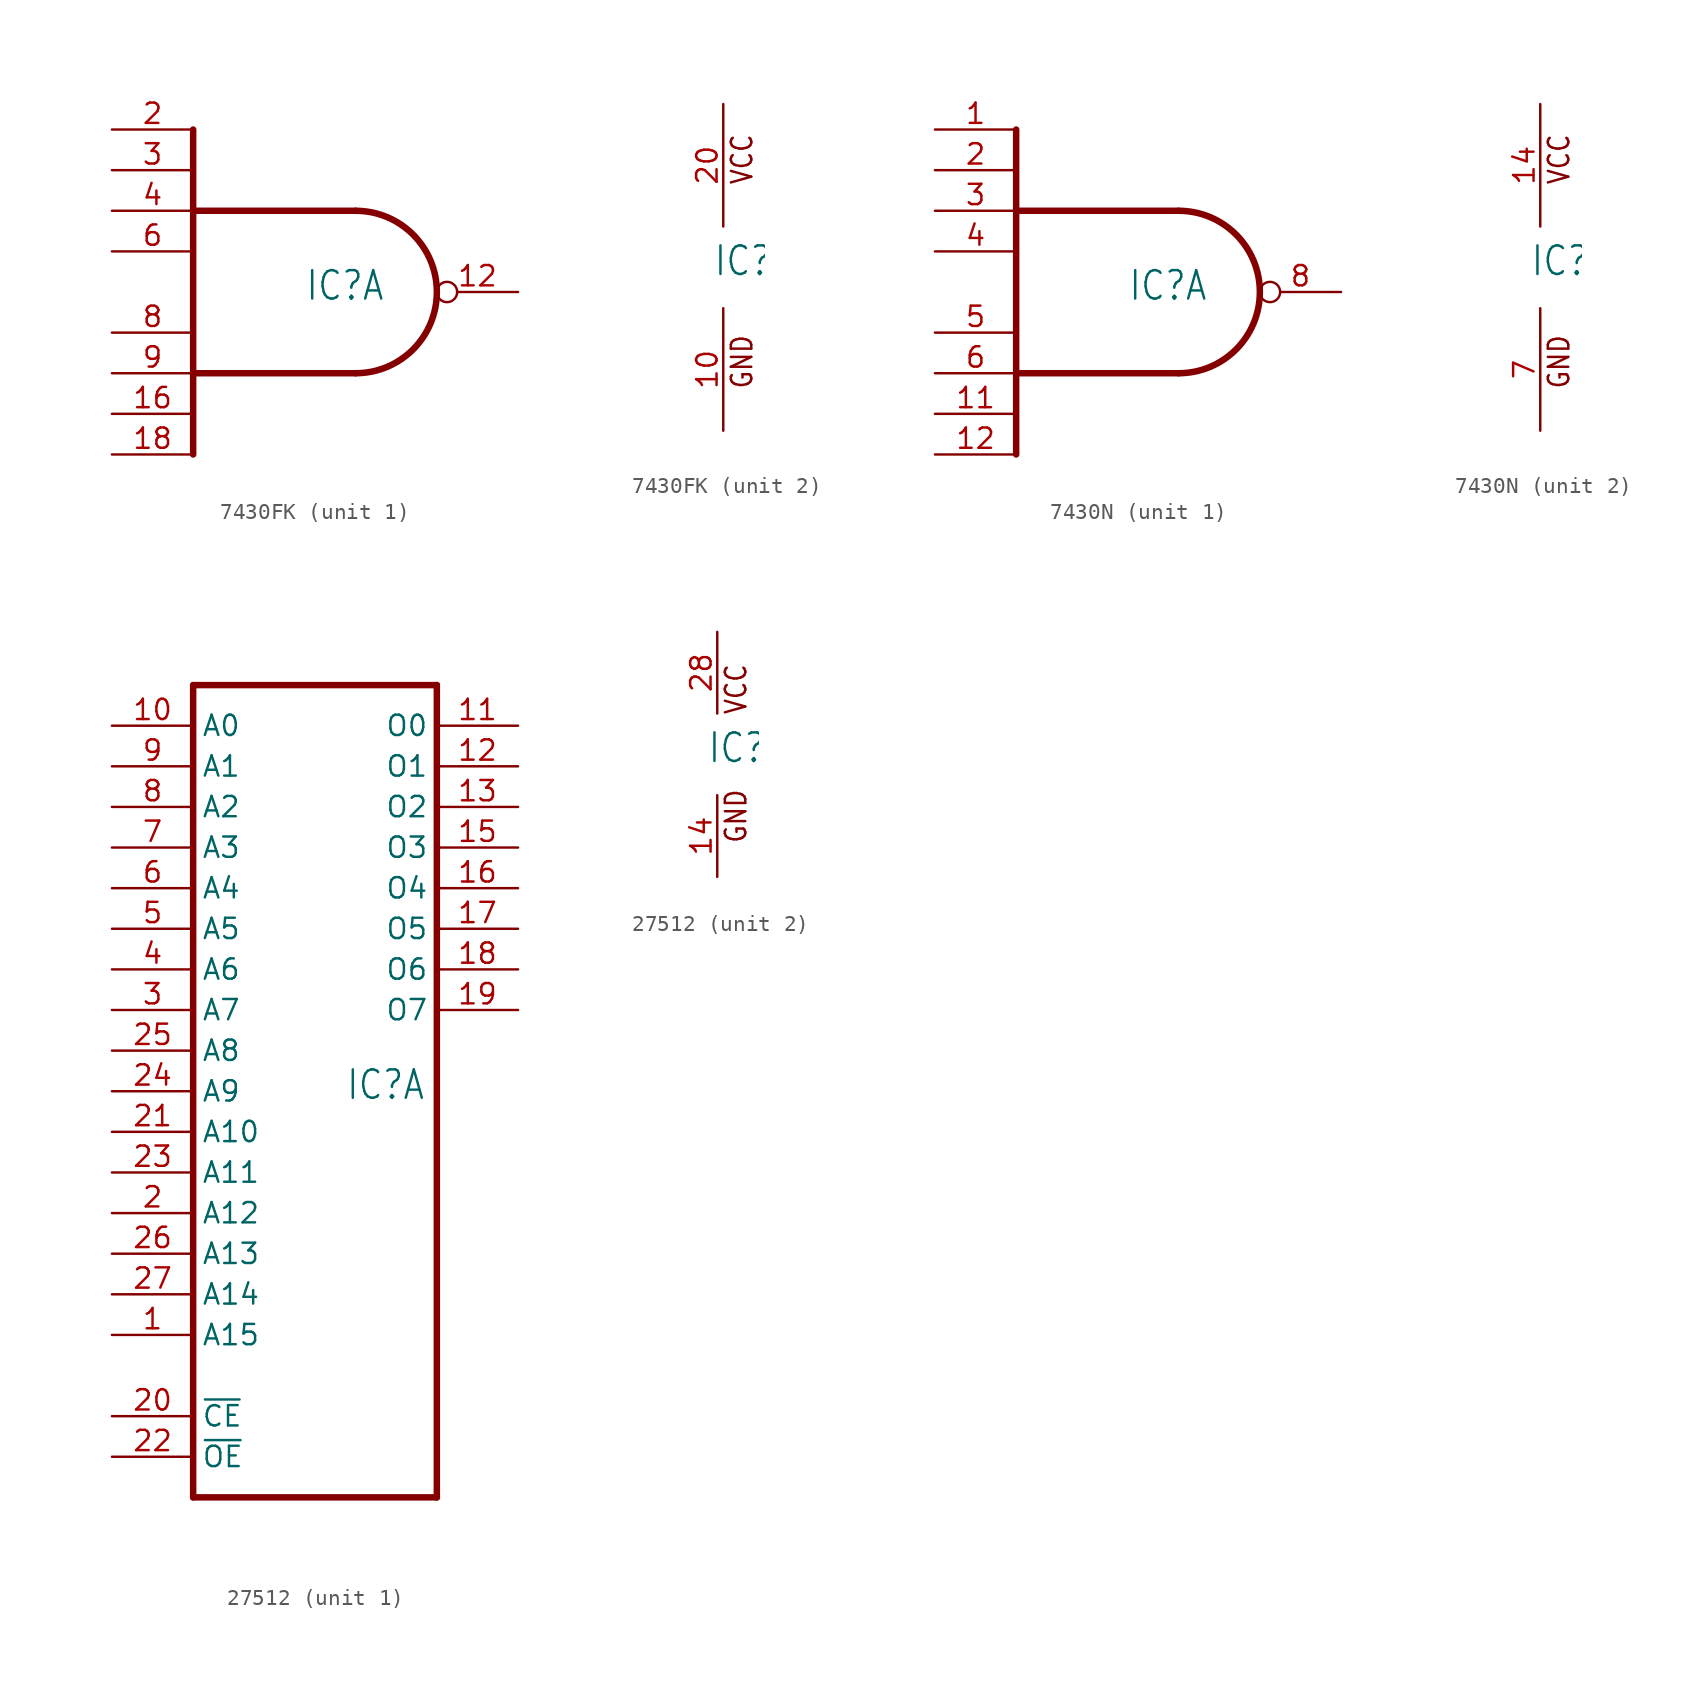
<source format=kicad_sym>
(kicad_symbol_lib
  (version 20211014)
  (generator kicad_symbol_editor)
  (symbol "7430FK"
    (property "Reference" "IC"
      (at -0.635 -0.635 0)
      (effects (font (size 1.778 1.511)) (justify left bottom)))
    (property "ki_locked" ""
      (at 0 0 0)
      (effects (font (size 1.27 1.27))))
    (symbol "7430FK_1_0"
      (polyline (pts (xy -7.62 -5.08) (xy 2.54 -5.08)) (stroke (width 0.406) (type default) (color 0 0 0 0)) (fill (type none)))
      (polyline (pts (xy -7.62 5.08) (xy 2.54 5.08)) (stroke (width 0.406) (type default) (color 0 0 0 0)) (fill (type none)))
      (polyline (pts (xy -7.62 10.16) (xy -7.62 -10.16)) (stroke (width 0.406) (type default) (color 0 0 0 0)) (fill (type none)))
      (arc (start 2.54 -5.08) (mid 7.6199 0) (end 2.54 5.08) (stroke (width 0.4064) (type default) (color 0 0 0 0)) (fill (type none)))
      (pin output inverted (at 12.7 0 180) (length 5.08) (name "O" (effects (font (size 0 0)))) (number "12" (effects (font (size 1.27 1.27)))))
      (pin input line (at -12.7 -7.62 0) (length 5.08) (name "I6" (effects (font (size 0 0)))) (number "16" (effects (font (size 1.27 1.27)))))
      (pin input line (at -12.7 -10.16 0) (length 5.08) (name "I7" (effects (font (size 0 0)))) (number "18" (effects (font (size 1.27 1.27)))))
      (pin input line (at -12.7 10.16 0) (length 5.08) (name "I0" (effects (font (size 0 0)))) (number "2" (effects (font (size 1.27 1.27)))))
      (pin input line (at -12.7 7.62 0) (length 5.08) (name "I1" (effects (font (size 0 0)))) (number "3" (effects (font (size 1.27 1.27)))))
      (pin input line (at -12.7 5.08 0) (length 5.08) (name "I2" (effects (font (size 0 0)))) (number "4" (effects (font (size 1.27 1.27)))))
      (pin input line (at -12.7 2.54 0) (length 5.08) (name "I3" (effects (font (size 0 0)))) (number "6" (effects (font (size 1.27 1.27)))))
      (pin input line (at -12.7 -2.54 0) (length 5.08) (name "I4" (effects (font (size 0 0)))) (number "8" (effects (font (size 1.27 1.27)))))
      (pin input line (at -12.7 -5.08 0) (length 5.08) (name "I5" (effects (font (size 0 0)))) (number "9" (effects (font (size 1.27 1.27))))))
    (symbol "7430FK_2_0"
      (text "GND" (at 1.905 -7.62 900) (effects (font (size 1.27 1.079)) (justify left bottom)))
      (text "VCC" (at 1.905 5.08 900) (effects (font (size 1.27 1.079)) (justify left bottom)))
      (pin power_in line (at 0 -10.16 90) (length 7.62) (name "GND" (effects (font (size 0 0)))) (number "10" (effects (font (size 1.27 1.27)))))
      (pin power_in line (at 0 10.16 270) (length 7.62) (name "VCC" (effects (font (size 0 0)))) (number "20" (effects (font (size 1.27 1.27)))))))
  (symbol "7430N"
    (property "Reference" "IC"
      (at -0.635 -0.635 0)
      (effects (font (size 1.778 1.511)) (justify left bottom)))
    (property "ki_locked" ""
      (at 0 0 0)
      (effects (font (size 1.27 1.27))))
    (symbol "7430N_1_0"
      (polyline (pts (xy -7.62 -5.08) (xy 2.54 -5.08)) (stroke (width 0.406) (type default) (color 0 0 0 0)) (fill (type none)))
      (polyline (pts (xy -7.62 5.08) (xy 2.54 5.08)) (stroke (width 0.406) (type default) (color 0 0 0 0)) (fill (type none)))
      (polyline (pts (xy -7.62 10.16) (xy -7.62 -10.16)) (stroke (width 0.406) (type default) (color 0 0 0 0)) (fill (type none)))
      (arc (start 2.54 -5.08) (mid 7.6199 0) (end 2.54 5.08) (stroke (width 0.4064) (type default) (color 0 0 0 0)) (fill (type none)))
      (pin input line (at -12.7 10.16 0) (length 5.08) (name "I0" (effects (font (size 0 0)))) (number "1" (effects (font (size 1.27 1.27)))))
      (pin input line (at -12.7 -7.62 0) (length 5.08) (name "I6" (effects (font (size 0 0)))) (number "11" (effects (font (size 1.27 1.27)))))
      (pin input line (at -12.7 -10.16 0) (length 5.08) (name "I7" (effects (font (size 0 0)))) (number "12" (effects (font (size 1.27 1.27)))))
      (pin input line (at -12.7 7.62 0) (length 5.08) (name "I1" (effects (font (size 0 0)))) (number "2" (effects (font (size 1.27 1.27)))))
      (pin input line (at -12.7 5.08 0) (length 5.08) (name "I2" (effects (font (size 0 0)))) (number "3" (effects (font (size 1.27 1.27)))))
      (pin input line (at -12.7 2.54 0) (length 5.08) (name "I3" (effects (font (size 0 0)))) (number "4" (effects (font (size 1.27 1.27)))))
      (pin input line (at -12.7 -2.54 0) (length 5.08) (name "I4" (effects (font (size 0 0)))) (number "5" (effects (font (size 1.27 1.27)))))
      (pin input line (at -12.7 -5.08 0) (length 5.08) (name "I5" (effects (font (size 0 0)))) (number "6" (effects (font (size 1.27 1.27)))))
      (pin output inverted (at 12.7 0 180) (length 5.08) (name "O" (effects (font (size 0 0)))) (number "8" (effects (font (size 1.27 1.27))))))
    (symbol "7430N_2_0"
      (text "GND" (at 1.905 -7.62 900) (effects (font (size 1.27 1.079)) (justify left bottom)))
      (text "VCC" (at 1.905 5.08 900) (effects (font (size 1.27 1.079)) (justify left bottom)))
      (pin power_in line (at 0 10.16 270) (length 7.62) (name "VCC" (effects (font (size 0 0)))) (number "14" (effects (font (size 1.27 1.27)))))
      (pin power_in line (at 0 -10.16 90) (length 7.62) (name "GND" (effects (font (size 0 0)))) (number "7" (effects (font (size 1.27 1.27)))))))
  (symbol "27512"
    (property "Reference" "IC"
      (at -0.635 -0.635 0)
      (effects (font (size 1.778 1.511)) (justify left bottom)))
    (property "ki_locked" ""
      (at 0 0 0)
      (effects (font (size 1.27 1.27))))
    (symbol "27512_1_0"
      (polyline (pts (xy -10.16 -25.4) (xy 5.08 -25.4)) (stroke (width 0.406) (type default) (color 0 0 0 0)) (fill (type none)))
      (polyline (pts (xy -10.16 25.4) (xy -10.16 -25.4)) (stroke (width 0.406) (type default) (color 0 0 0 0)) (fill (type none)))
      (polyline (pts (xy 5.08 -25.4) (xy 5.08 25.4)) (stroke (width 0.406) (type default) (color 0 0 0 0)) (fill (type none)))
      (polyline (pts (xy 5.08 25.4) (xy -10.16 25.4)) (stroke (width 0.406) (type default) (color 0 0 0 0)) (fill (type none)))
      (pin input line (at -15.24 -15.24 0) (length 5.08) (name "A15" (effects (font (size 1.27 1.27)))) (number "1" (effects (font (size 1.27 1.27)))))
      (pin input line (at -15.24 22.86 0) (length 5.08) (name "A0" (effects (font (size 1.27 1.27)))) (number "10" (effects (font (size 1.27 1.27)))))
      (pin tri_state line (at 10.16 22.86 180) (length 5.08) (name "O0" (effects (font (size 1.27 1.27)))) (number "11" (effects (font (size 1.27 1.27)))))
      (pin tri_state line (at 10.16 20.32 180) (length 5.08) (name "O1" (effects (font (size 1.27 1.27)))) (number "12" (effects (font (size 1.27 1.27)))))
      (pin tri_state line (at 10.16 17.78 180) (length 5.08) (name "O2" (effects (font (size 1.27 1.27)))) (number "13" (effects (font (size 1.27 1.27)))))
      (pin tri_state line (at 10.16 15.24 180) (length 5.08) (name "O3" (effects (font (size 1.27 1.27)))) (number "15" (effects (font (size 1.27 1.27)))))
      (pin tri_state line (at 10.16 12.7 180) (length 5.08) (name "O4" (effects (font (size 1.27 1.27)))) (number "16" (effects (font (size 1.27 1.27)))))
      (pin tri_state line (at 10.16 10.16 180) (length 5.08) (name "O5" (effects (font (size 1.27 1.27)))) (number "17" (effects (font (size 1.27 1.27)))))
      (pin tri_state line (at 10.16 7.62 180) (length 5.08) (name "O6" (effects (font (size 1.27 1.27)))) (number "18" (effects (font (size 1.27 1.27)))))
      (pin tri_state line (at 10.16 5.08 180) (length 5.08) (name "O7" (effects (font (size 1.27 1.27)))) (number "19" (effects (font (size 1.27 1.27)))))
      (pin input line (at -15.24 -7.62 0) (length 5.08) (name "A12" (effects (font (size 1.27 1.27)))) (number "2" (effects (font (size 1.27 1.27)))))
      (pin input line (at -15.24 -20.32 0) (length 5.08) (name "~{CE}" (effects (font (size 1.27 1.27)))) (number "20" (effects (font (size 1.27 1.27)))))
      (pin input line (at -15.24 -2.54 0) (length 5.08) (name "A10" (effects (font (size 1.27 1.27)))) (number "21" (effects (font (size 1.27 1.27)))))
      (pin input line (at -15.24 -22.86 0) (length 5.08) (name "~{OE}" (effects (font (size 1.27 1.27)))) (number "22" (effects (font (size 1.27 1.27)))))
      (pin input line (at -15.24 -5.08 0) (length 5.08) (name "A11" (effects (font (size 1.27 1.27)))) (number "23" (effects (font (size 1.27 1.27)))))
      (pin input line (at -15.24 0 0) (length 5.08) (name "A9" (effects (font (size 1.27 1.27)))) (number "24" (effects (font (size 1.27 1.27)))))
      (pin input line (at -15.24 2.54 0) (length 5.08) (name "A8" (effects (font (size 1.27 1.27)))) (number "25" (effects (font (size 1.27 1.27)))))
      (pin input line (at -15.24 -10.16 0) (length 5.08) (name "A13" (effects (font (size 1.27 1.27)))) (number "26" (effects (font (size 1.27 1.27)))))
      (pin input line (at -15.24 -12.7 0) (length 5.08) (name "A14" (effects (font (size 1.27 1.27)))) (number "27" (effects (font (size 1.27 1.27)))))
      (pin input line (at -15.24 5.08 0) (length 5.08) (name "A7" (effects (font (size 1.27 1.27)))) (number "3" (effects (font (size 1.27 1.27)))))
      (pin input line (at -15.24 7.62 0) (length 5.08) (name "A6" (effects (font (size 1.27 1.27)))) (number "4" (effects (font (size 1.27 1.27)))))
      (pin input line (at -15.24 10.16 0) (length 5.08) (name "A5" (effects (font (size 1.27 1.27)))) (number "5" (effects (font (size 1.27 1.27)))))
      (pin input line (at -15.24 12.7 0) (length 5.08) (name "A4" (effects (font (size 1.27 1.27)))) (number "6" (effects (font (size 1.27 1.27)))))
      (pin input line (at -15.24 15.24 0) (length 5.08) (name "A3" (effects (font (size 1.27 1.27)))) (number "7" (effects (font (size 1.27 1.27)))))
      (pin input line (at -15.24 17.78 0) (length 5.08) (name "A2" (effects (font (size 1.27 1.27)))) (number "8" (effects (font (size 1.27 1.27)))))
      (pin input line (at -15.24 20.32 0) (length 5.08) (name "A1" (effects (font (size 1.27 1.27)))) (number "9" (effects (font (size 1.27 1.27))))))
    (symbol "27512_2_0"
      (text "GND" (at 1.905 -5.588 900) (effects (font (size 1.27 1.079)) (justify left bottom)))
      (text "VCC" (at 1.905 2.413 900) (effects (font (size 1.27 1.079)) (justify left bottom)))
      (pin power_in line (at 0 -7.62 90) (length 5.08) (name "GND" (effects (font (size 0 0)))) (number "14" (effects (font (size 1.27 1.27)))))
      (pin power_in line (at 0 7.62 270) (length 5.08) (name "VCC" (effects (font (size 0 0)))) (number "28" (effects (font (size 1.27 1.27))))))))
</source>
